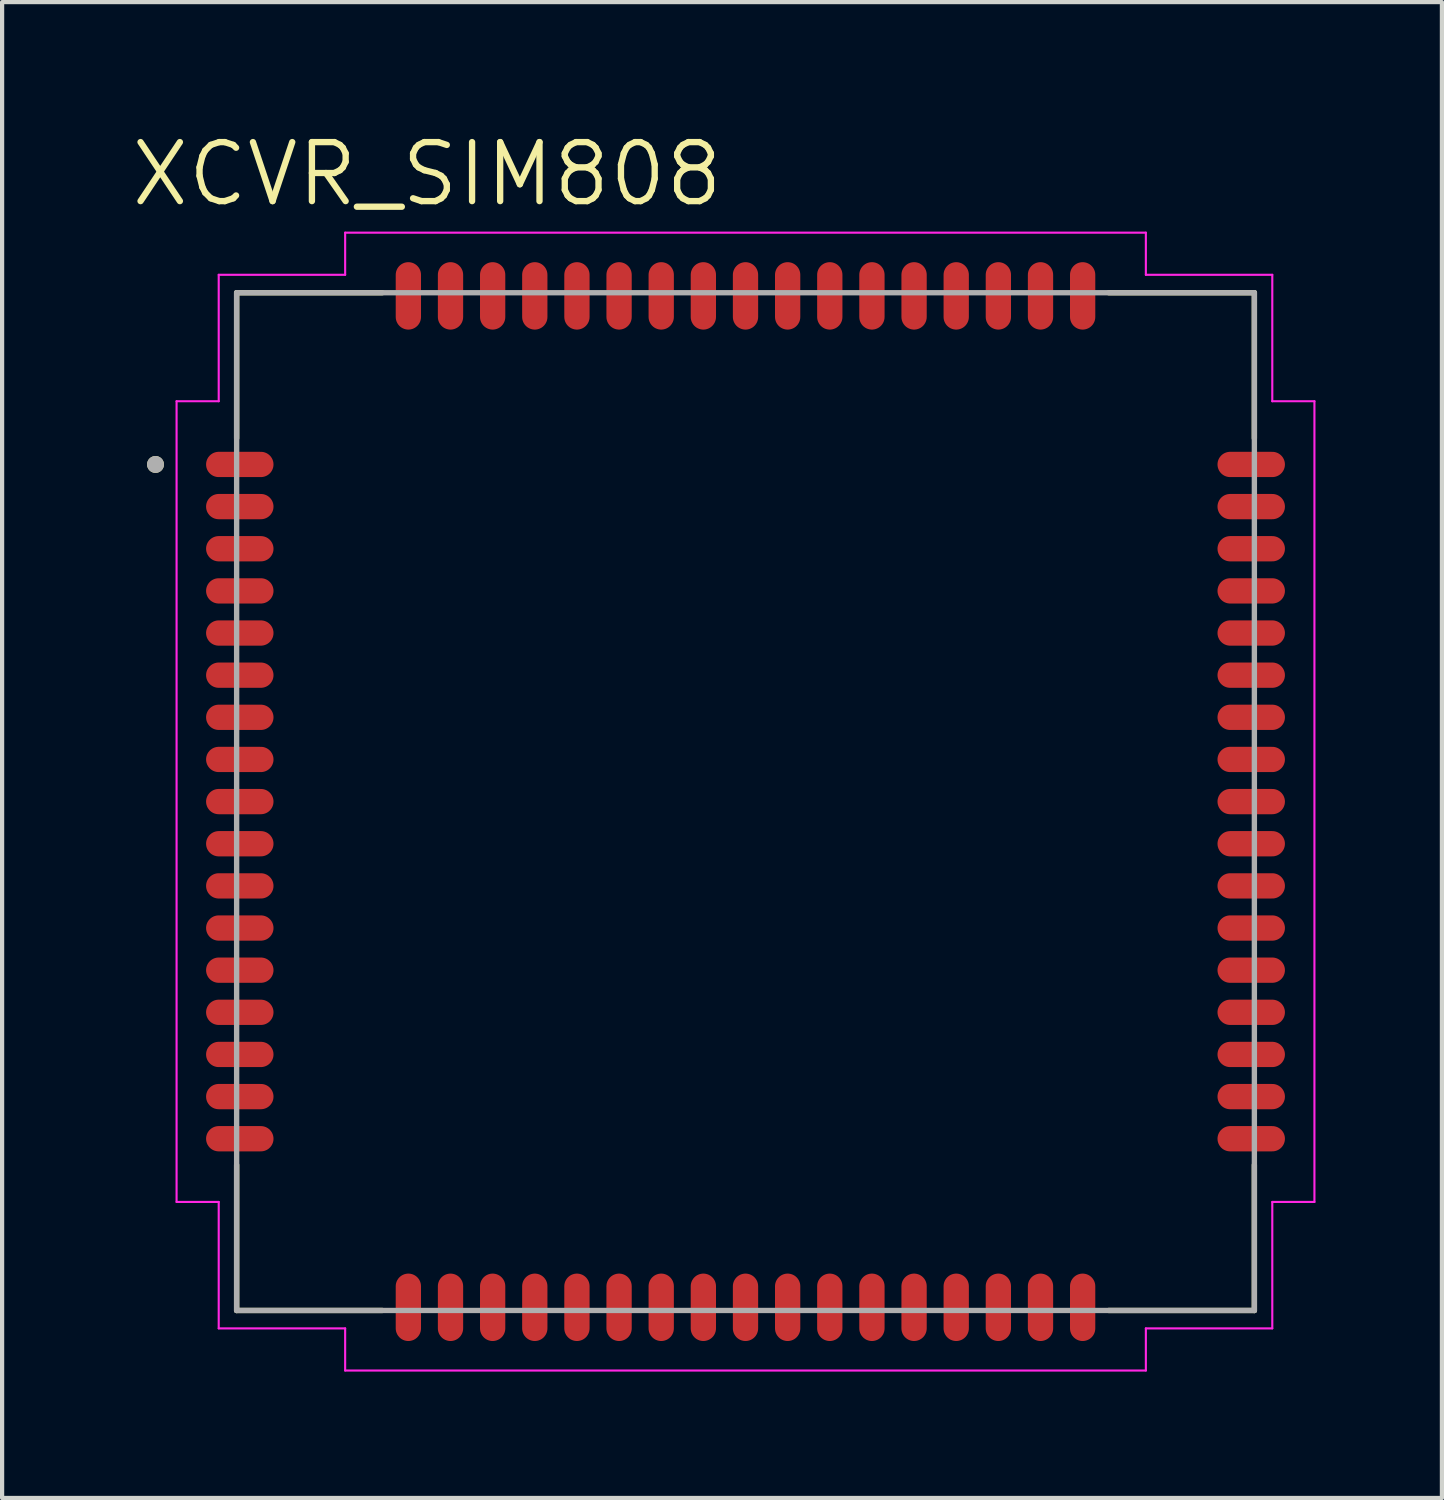
<source format=kicad_pcb>
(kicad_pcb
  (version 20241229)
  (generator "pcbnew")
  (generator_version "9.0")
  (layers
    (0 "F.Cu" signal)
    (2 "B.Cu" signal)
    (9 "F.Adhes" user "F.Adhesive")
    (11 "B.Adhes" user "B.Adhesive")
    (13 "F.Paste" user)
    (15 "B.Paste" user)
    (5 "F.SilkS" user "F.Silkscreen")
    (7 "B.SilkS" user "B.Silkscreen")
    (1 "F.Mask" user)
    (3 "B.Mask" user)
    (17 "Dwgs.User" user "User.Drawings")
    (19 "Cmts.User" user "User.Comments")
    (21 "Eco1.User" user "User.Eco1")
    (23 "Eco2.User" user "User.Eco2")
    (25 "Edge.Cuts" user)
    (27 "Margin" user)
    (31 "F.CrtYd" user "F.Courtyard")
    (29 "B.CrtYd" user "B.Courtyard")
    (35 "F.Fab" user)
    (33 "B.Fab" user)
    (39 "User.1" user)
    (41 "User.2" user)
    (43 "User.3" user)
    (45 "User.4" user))
  (footprint "XCVR_SIM808"
    (layer "F.Cu")
    (at 14.64 15.971)
    (property "Reference" "XCVR_SIM808" (at -7.555 -14.889 0) (layer "F.SilkS") (effects (font (size 1.4 1.4) (thickness 0.15))))
    (attr through_hole)
    (fp_line (start -12.075 -12.075) (end -8.62 -12.075) (stroke (width 0.127) (type solid)) (layer "F.SilkS"))
    (fp_line (start -12.075 -8.62) (end -12.075 -12.075) (stroke (width 0.127) (type solid)) (layer "F.SilkS"))
    (fp_line (start -12.075 12.075) (end -12.075 8.62) (stroke (width 0.127) (type solid)) (layer "F.SilkS"))
    (fp_line (start -8.62 12.075) (end -12.075 12.075) (stroke (width 0.127) (type solid)) (layer "F.SilkS"))
    (fp_line (start 8.62 -12.075) (end 12.075 -12.075) (stroke (width 0.127) (type solid)) (layer "F.SilkS"))
    (fp_line (start 12.075 -12.075) (end 12.075 -8.62) (stroke (width 0.127) (type solid)) (layer "F.SilkS"))
    (fp_line (start 12.075 8.62) (end 12.075 12.075) (stroke (width 0.127) (type solid)) (layer "F.SilkS"))
    (fp_line (start 12.075 12.075) (end 8.62 12.075) (stroke (width 0.127) (type solid)) (layer "F.SilkS"))
    (fp_circle (center -14 -8) (end -13.9 -8) (stroke (width 0.2) (type solid)) (fill no) (layer "F.SilkS"))
    (fp_line (start -13.5 -9.5) (end -12.5 -9.5) (stroke (width 0.05) (type solid)) (layer "F.CrtYd"))
    (fp_line (start -13.5 9.5) (end -13.5 -9.5) (stroke (width 0.05) (type solid)) (layer "F.CrtYd"))
    (fp_line (start -12.5 -12.5) (end -9.5 -12.5) (stroke (width 0.05) (type solid)) (layer "F.CrtYd"))
    (fp_line (start -12.5 -9.5) (end -12.5 -12.5) (stroke (width 0.05) (type solid)) (layer "F.CrtYd"))
    (fp_line (start -12.5 9.5) (end -13.5 9.5) (stroke (width 0.05) (type solid)) (layer "F.CrtYd"))
    (fp_line (start -12.5 12.5) (end -12.5 9.5) (stroke (width 0.05) (type solid)) (layer "F.CrtYd"))
    (fp_line (start -9.5 -13.5) (end 9.5 -13.5) (stroke (width 0.05) (type solid)) (layer "F.CrtYd"))
    (fp_line (start -9.5 -12.5) (end -9.5 -13.5) (stroke (width 0.05) (type solid)) (layer "F.CrtYd"))
    (fp_line (start -9.5 12.5) (end -12.5 12.5) (stroke (width 0.05) (type solid)) (layer "F.CrtYd"))
    (fp_line (start -9.5 13.5) (end -9.5 12.5) (stroke (width 0.05) (type solid)) (layer "F.CrtYd"))
    (fp_line (start 9.5 -13.5) (end 9.5 -12.5) (stroke (width 0.05) (type solid)) (layer "F.CrtYd"))
    (fp_line (start 9.5 -12.5) (end 12.5 -12.5) (stroke (width 0.05) (type solid)) (layer "F.CrtYd"))
    (fp_line (start 9.5 12.5) (end 9.5 13.5) (stroke (width 0.05) (type solid)) (layer "F.CrtYd"))
    (fp_line (start 9.5 13.5) (end -9.5 13.5) (stroke (width 0.05) (type solid)) (layer "F.CrtYd"))
    (fp_line (start 12.5 -12.5) (end 12.5 -9.5) (stroke (width 0.05) (type solid)) (layer "F.CrtYd"))
    (fp_line (start 12.5 -9.5) (end 13.5 -9.5) (stroke (width 0.05) (type solid)) (layer "F.CrtYd"))
    (fp_line (start 12.5 9.5) (end 12.5 12.5) (stroke (width 0.05) (type solid)) (layer "F.CrtYd"))
    (fp_line (start 12.5 12.5) (end 9.5 12.5) (stroke (width 0.05) (type solid)) (layer "F.CrtYd"))
    (fp_line (start 13.5 -9.5) (end 13.5 9.5) (stroke (width 0.05) (type solid)) (layer "F.CrtYd"))
    (fp_line (start 13.5 9.5) (end 12.5 9.5) (stroke (width 0.05) (type solid)) (layer "F.CrtYd"))
    (fp_line (start -12.075 -12.075) (end 12.075 -12.075) (stroke (width 0.127) (type solid)) (layer "F.Fab"))
    (fp_line (start -12.075 12.075) (end -12.075 -12.075) (stroke (width 0.127) (type solid)) (layer "F.Fab"))
    (fp_line (start 12.075 -12.075) (end 12.075 12.075) (stroke (width 0.127) (type solid)) (layer "F.Fab"))
    (fp_line (start 12.075 12.075) (end -12.075 12.075) (stroke (width 0.127) (type solid)) (layer "F.Fab"))
    (fp_circle (center -14 -8) (end -13.9 -8) (stroke (width 0.2) (type solid)) (fill no) (layer "F.Fab"))
    (pad "1" smd oval (at -12 -8) (size 1.6 0.6) (layers "F.Cu" "F.Mask" "F.Paste"))
    (pad "2" smd oval (at -12 -7) (size 1.6 0.6) (layers "F.Cu" "F.Mask" "F.Paste"))
    (pad "3" smd oval (at -12 -6) (size 1.6 0.6) (layers "F.Cu" "F.Mask" "F.Paste"))
    (pad "4" smd oval (at -12 -5) (size 1.6 0.6) (layers "F.Cu" "F.Mask" "F.Paste"))
    (pad "5" smd oval (at -12 -4) (size 1.6 0.6) (layers "F.Cu" "F.Mask" "F.Paste"))
    (pad "6" smd oval (at -12 -3) (size 1.6 0.6) (layers "F.Cu" "F.Mask" "F.Paste"))
    (pad "7" smd oval (at -12 -2) (size 1.6 0.6) (layers "F.Cu" "F.Mask" "F.Paste"))
    (pad "8" smd oval (at -12 -1) (size 1.6 0.6) (layers "F.Cu" "F.Mask" "F.Paste"))
    (pad "9" smd oval (at -12 0) (size 1.6 0.6) (layers "F.Cu" "F.Mask" "F.Paste"))
    (pad "10" smd oval (at -12 1) (size 1.6 0.6) (layers "F.Cu" "F.Mask" "F.Paste"))
    (pad "11" smd oval (at -12 2) (size 1.6 0.6) (layers "F.Cu" "F.Mask" "F.Paste"))
    (pad "12" smd oval (at -12 3) (size 1.6 0.6) (layers "F.Cu" "F.Mask" "F.Paste"))
    (pad "13" smd oval (at -12 4) (size 1.6 0.6) (layers "F.Cu" "F.Mask" "F.Paste"))
    (pad "14" smd oval (at -12 5) (size 1.6 0.6) (layers "F.Cu" "F.Mask" "F.Paste"))
    (pad "15" smd oval (at -12 6) (size 1.6 0.6) (layers "F.Cu" "F.Mask" "F.Paste"))
    (pad "16" smd oval (at -12 7) (size 1.6 0.6) (layers "F.Cu" "F.Mask" "F.Paste"))
    (pad "17" smd oval (at -12 8) (size 1.6 0.6) (layers "F.Cu" "F.Mask" "F.Paste"))
    (pad "18" smd oval (at -8 12 90) (size 1.6 0.6) (layers "F.Cu" "F.Mask" "F.Paste"))
    (pad "19" smd oval (at -7 12 90) (size 1.6 0.6) (layers "F.Cu" "F.Mask" "F.Paste"))
    (pad "20" smd oval (at -6 12 90) (size 1.6 0.6) (layers "F.Cu" "F.Mask" "F.Paste"))
    (pad "21" smd oval (at -5 12 90) (size 1.6 0.6) (layers "F.Cu" "F.Mask" "F.Paste"))
    (pad "22" smd oval (at -4 12 90) (size 1.6 0.6) (layers "F.Cu" "F.Mask" "F.Paste"))
    (pad "23" smd oval (at -3 12 90) (size 1.6 0.6) (layers "F.Cu" "F.Mask" "F.Paste"))
    (pad "24" smd oval (at -2 12 90) (size 1.6 0.6) (layers "F.Cu" "F.Mask" "F.Paste"))
    (pad "25" smd oval (at -1 12 90) (size 1.6 0.6) (layers "F.Cu" "F.Mask" "F.Paste"))
    (pad "26" smd oval (at 0 12 90) (size 1.6 0.6) (layers "F.Cu" "F.Mask" "F.Paste"))
    (pad "27" smd oval (at 1 12 90) (size 1.6 0.6) (layers "F.Cu" "F.Mask" "F.Paste"))
    (pad "28" smd oval (at 2 12 90) (size 1.6 0.6) (layers "F.Cu" "F.Mask" "F.Paste"))
    (pad "29" smd oval (at 3 12 90) (size 1.6 0.6) (layers "F.Cu" "F.Mask" "F.Paste"))
    (pad "30" smd oval (at 4 12 90) (size 1.6 0.6) (layers "F.Cu" "F.Mask" "F.Paste"))
    (pad "31" smd oval (at 5 12 90) (size 1.6 0.6) (layers "F.Cu" "F.Mask" "F.Paste"))
    (pad "32" smd oval (at 6 12 90) (size 1.6 0.6) (layers "F.Cu" "F.Mask" "F.Paste"))
    (pad "33" smd oval (at 7 12 90) (size 1.6 0.6) (layers "F.Cu" "F.Mask" "F.Paste"))
    (pad "34" smd oval (at 8 12 90) (size 1.6 0.6) (layers "F.Cu" "F.Mask" "F.Paste"))
    (pad "35" smd oval (at 12 8 180) (size 1.6 0.6) (layers "F.Cu" "F.Mask" "F.Paste"))
    (pad "36" smd oval (at 12 7 180) (size 1.6 0.6) (layers "F.Cu" "F.Mask" "F.Paste"))
    (pad "37" smd oval (at 12 6 180) (size 1.6 0.6) (layers "F.Cu" "F.Mask" "F.Paste"))
    (pad "38" smd oval (at 12 5 180) (size 1.6 0.6) (layers "F.Cu" "F.Mask" "F.Paste"))
    (pad "39" smd oval (at 12 4 180) (size 1.6 0.6) (layers "F.Cu" "F.Mask" "F.Paste"))
    (pad "40" smd oval (at 12 3 180) (size 1.6 0.6) (layers "F.Cu" "F.Mask" "F.Paste"))
    (pad "41" smd oval (at 12 2 180) (size 1.6 0.6) (layers "F.Cu" "F.Mask" "F.Paste"))
    (pad "42" smd oval (at 12 1 180) (size 1.6 0.6) (layers "F.Cu" "F.Mask" "F.Paste"))
    (pad "43" smd oval (at 12 0 180) (size 1.6 0.6) (layers "F.Cu" "F.Mask" "F.Paste"))
    (pad "44" smd oval (at 12 -1 180) (size 1.6 0.6) (layers "F.Cu" "F.Mask" "F.Paste"))
    (pad "45" smd oval (at 12 -2 180) (size 1.6 0.6) (layers "F.Cu" "F.Mask" "F.Paste"))
    (pad "46" smd oval (at 12 -3 180) (size 1.6 0.6) (layers "F.Cu" "F.Mask" "F.Paste"))
    (pad "47" smd oval (at 12 -4 180) (size 1.6 0.6) (layers "F.Cu" "F.Mask" "F.Paste"))
    (pad "48" smd oval (at 12 -5 180) (size 1.6 0.6) (layers "F.Cu" "F.Mask" "F.Paste"))
    (pad "49" smd oval (at 12 -6 180) (size 1.6 0.6) (layers "F.Cu" "F.Mask" "F.Paste"))
    (pad "50" smd oval (at 12 -7 180) (size 1.6 0.6) (layers "F.Cu" "F.Mask" "F.Paste"))
    (pad "51" smd oval (at 12 -8 180) (size 1.6 0.6) (layers "F.Cu" "F.Mask" "F.Paste"))
    (pad "52" smd oval (at 8 -12 270) (size 1.6 0.6) (layers "F.Cu" "F.Mask" "F.Paste"))
    (pad "53" smd oval (at 7 -12 270) (size 1.6 0.6) (layers "F.Cu" "F.Mask" "F.Paste"))
    (pad "54" smd oval (at 6 -12 270) (size 1.6 0.6) (layers "F.Cu" "F.Mask" "F.Paste"))
    (pad "55" smd oval (at 5 -12 270) (size 1.6 0.6) (layers "F.Cu" "F.Mask" "F.Paste"))
    (pad "56" smd oval (at 4 -12 270) (size 1.6 0.6) (layers "F.Cu" "F.Mask" "F.Paste"))
    (pad "57" smd oval (at 3 -12 270) (size 1.6 0.6) (layers "F.Cu" "F.Mask" "F.Paste"))
    (pad "58" smd oval (at 2 -12 270) (size 1.6 0.6) (layers "F.Cu" "F.Mask" "F.Paste"))
    (pad "59" smd oval (at 1 -12 270) (size 1.6 0.6) (layers "F.Cu" "F.Mask" "F.Paste"))
    (pad "60" smd oval (at 0 -12 270) (size 1.6 0.6) (layers "F.Cu" "F.Mask" "F.Paste"))
    (pad "61" smd oval (at -1 -12 270) (size 1.6 0.6) (layers "F.Cu" "F.Mask" "F.Paste"))
    (pad "62" smd oval (at -2 -12 270) (size 1.6 0.6) (layers "F.Cu" "F.Mask" "F.Paste"))
    (pad "63" smd oval (at -3 -12 270) (size 1.6 0.6) (layers "F.Cu" "F.Mask" "F.Paste"))
    (pad "64" smd oval (at -4 -12 270) (size 1.6 0.6) (layers "F.Cu" "F.Mask" "F.Paste"))
    (pad "65" smd oval (at -5 -12 270) (size 1.6 0.6) (layers "F.Cu" "F.Mask" "F.Paste"))
    (pad "66" smd oval (at -6 -12 270) (size 1.6 0.6) (layers "F.Cu" "F.Mask" "F.Paste"))
    (pad "67" smd oval (at -7 -12 270) (size 1.6 0.6) (layers "F.Cu" "F.Mask" "F.Paste"))
    (pad "68" smd oval (at -8 -12 270) (size 1.6 0.6) (layers "F.Cu" "F.Mask" "F.Paste")))
  (gr_rect
    (start -3 -3)
    (end 31.165 32.496)
    (stroke (width 0.1) (type default))
    (fill no)
    (layer "Edge.Cuts")))
</source>
